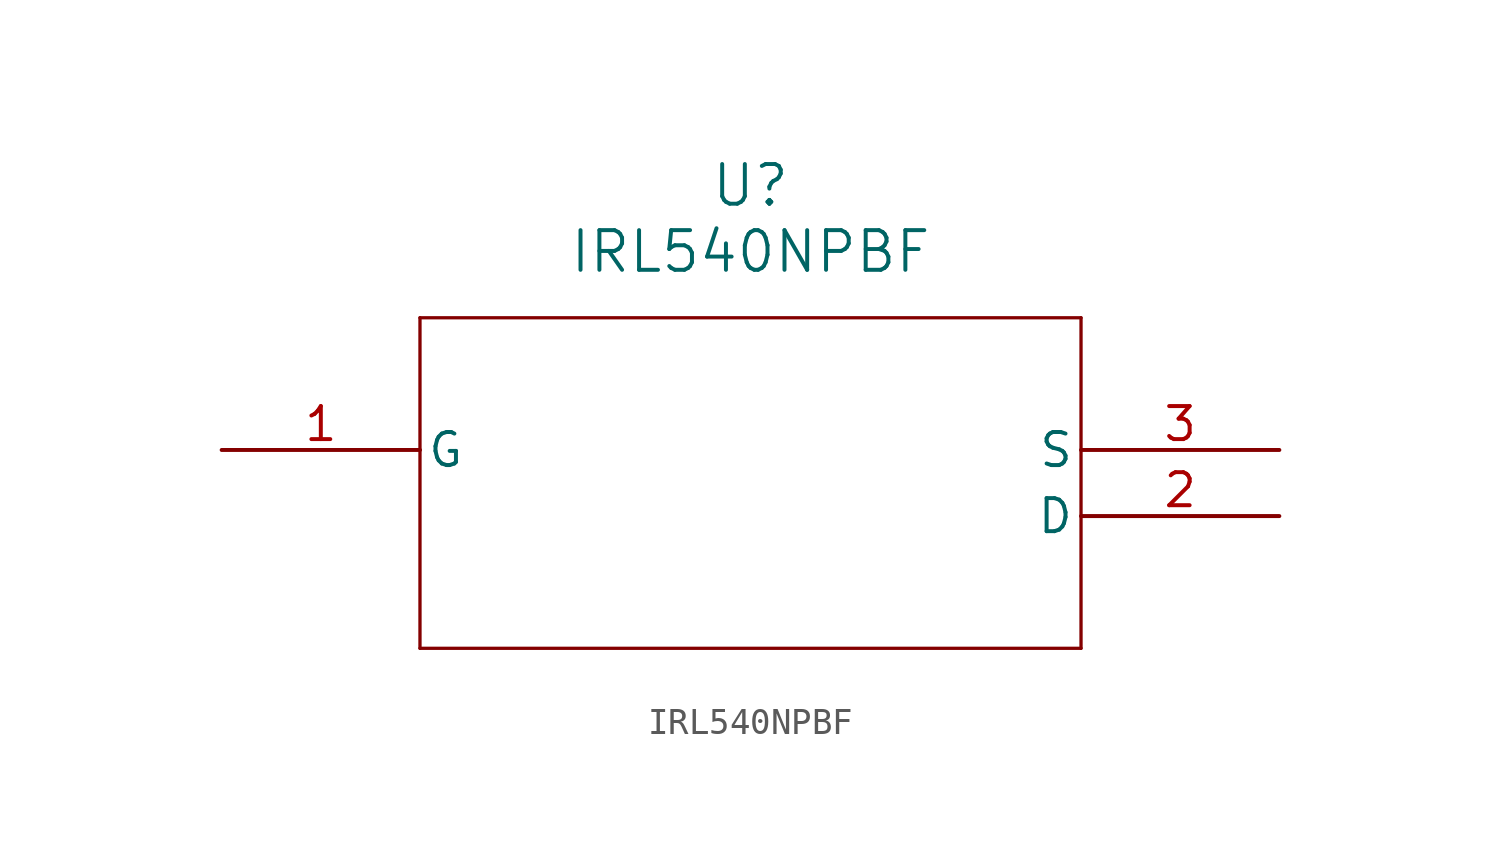
<source format=kicad_sym>
(kicad_symbol_lib
  (version 20211014)
  (generator kicad_symbol_editor)
  (symbol "IRL540NPBF"
    (pin_names
      (offset 0.254))
    (property "Reference" "U"
      (at 20.32 10.16 0)
      (effects (font (size 1.524 1.524))))
    (property "Value" "IRL540NPBF"
      (at 20.32 7.62 0)
      (effects (font (size 1.524 1.524))))
    (symbol "IRL540NPBF_0_1"
      (polyline (pts (xy 7.62 5.08) (xy 7.62 -7.62)) (stroke (width 0.127) (type default) (color 0 0 0 0)) (fill (type none)))
      (polyline (pts (xy 7.62 -7.62) (xy 33.02 -7.62)) (stroke (width 0.127) (type default) (color 0 0 0 0)) (fill (type none)))
      (polyline (pts (xy 33.02 -7.62) (xy 33.02 5.08)) (stroke (width 0.127) (type default) (color 0 0 0 0)) (fill (type none)))
      (polyline (pts (xy 33.02 5.08) (xy 7.62 5.08)) (stroke (width 0.127) (type default) (color 0 0 0 0)) (fill (type none)))
      (pin unspecified line (at 0 0 0) (length 7.62) (name "G" (effects (font (size 1.27 1.27)))) (number "1" (effects (font (size 1.27 1.27)))))
      (pin unspecified line (at 40.64 -2.54 180) (length 7.62) (name "D" (effects (font (size 1.27 1.27)))) (number "2" (effects (font (size 1.27 1.27)))))
      (pin unspecified line (at 40.64 0 180) (length 7.62) (name "S" (effects (font (size 1.27 1.27)))) (number "3" (effects (font (size 1.27 1.27))))))))
</source>
